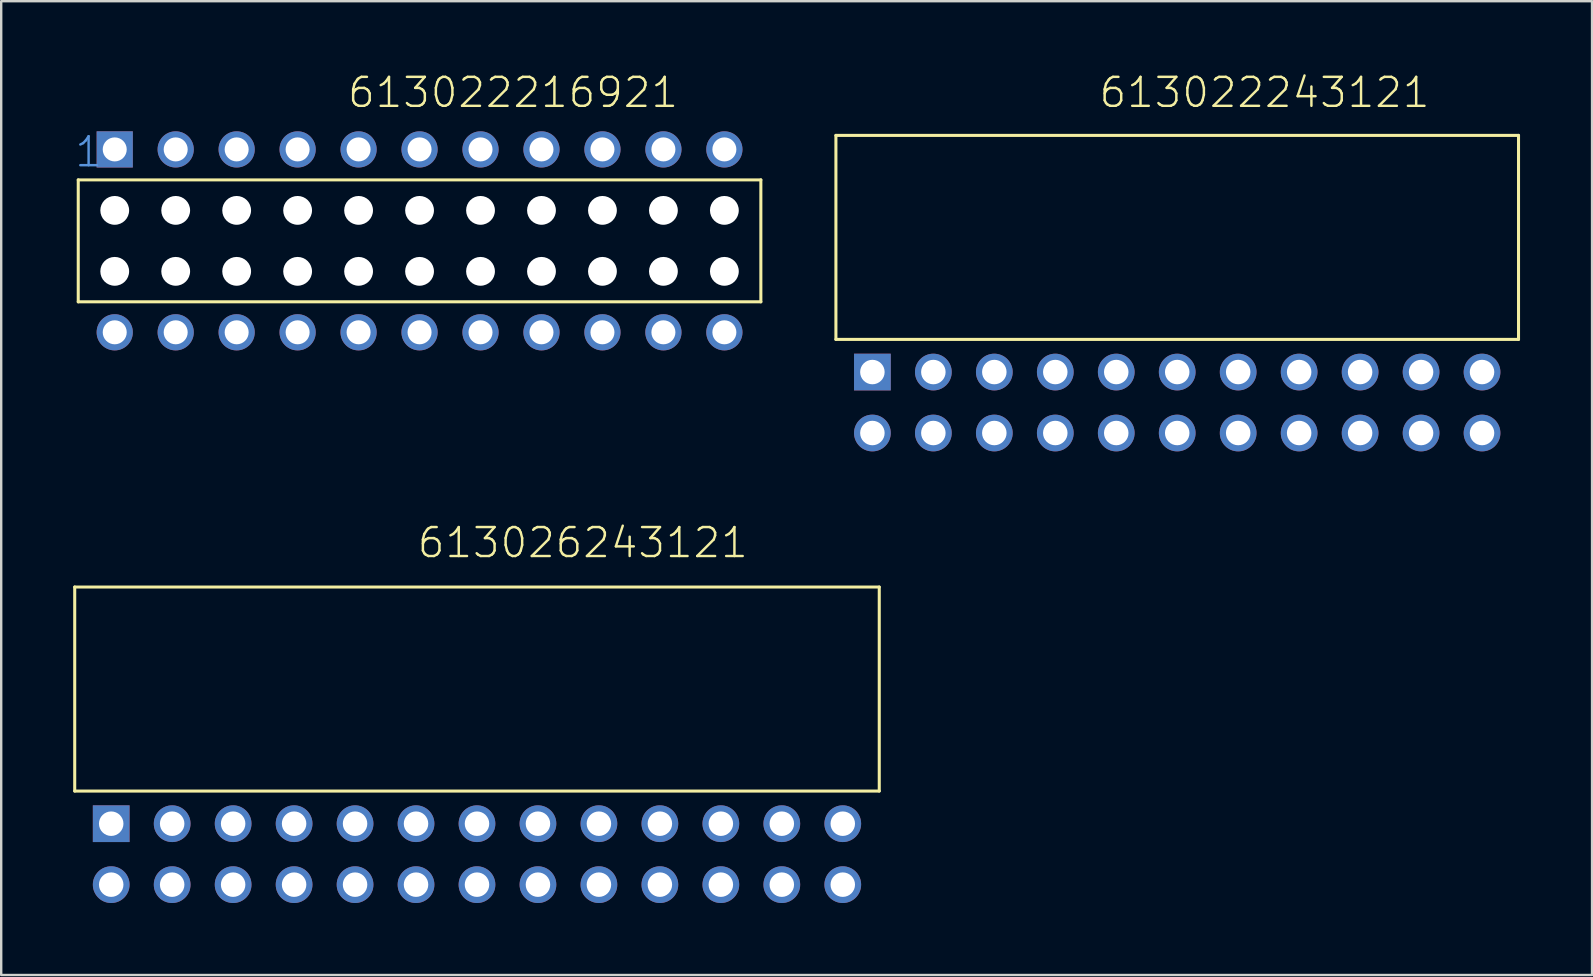
<source format=kicad_pcb>
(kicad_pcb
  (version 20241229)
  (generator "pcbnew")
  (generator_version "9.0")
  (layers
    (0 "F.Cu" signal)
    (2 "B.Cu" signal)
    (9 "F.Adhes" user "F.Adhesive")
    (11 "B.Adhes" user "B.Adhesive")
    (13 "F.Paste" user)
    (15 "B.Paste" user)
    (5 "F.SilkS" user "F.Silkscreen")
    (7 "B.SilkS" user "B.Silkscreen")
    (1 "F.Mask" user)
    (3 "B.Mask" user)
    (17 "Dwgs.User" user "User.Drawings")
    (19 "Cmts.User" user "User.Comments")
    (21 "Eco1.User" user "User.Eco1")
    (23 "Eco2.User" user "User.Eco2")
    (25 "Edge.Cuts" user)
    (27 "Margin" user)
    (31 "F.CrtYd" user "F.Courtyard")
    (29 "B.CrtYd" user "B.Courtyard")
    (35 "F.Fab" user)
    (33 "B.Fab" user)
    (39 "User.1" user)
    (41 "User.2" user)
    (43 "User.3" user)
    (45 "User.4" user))
  (footprint "613022216921"
    (layer "F.Cu")
    (at 14.43 6.985)
    (property "Reference" "613022216921" (at -3.063 -5.474 0) (layer "F.SilkS") (effects (font (size 1.206 1.206) (thickness 0.102)) (justify left bottom)))
    (attr through_hole)
    (fp_line (start -14.22 -2.54) (end -14.22 2.54) (stroke (width 0.127) (type solid)) (layer "F.SilkS"))
    (fp_line (start -14.22 2.54) (end 14.22 2.54) (stroke (width 0.127) (type solid)) (layer "F.SilkS"))
    (fp_line (start 14.22 -2.54) (end -14.22 -2.54) (stroke (width 0.127) (type solid)) (layer "F.SilkS"))
    (fp_line (start 14.22 2.54) (end 14.22 -2.54) (stroke (width 0.127) (type solid)) (layer "F.SilkS"))
    (fp_text user "1" (at -14.43 -3 0) (layer "Cmts.User") (effects (font (size 1.206 1.206) (thickness 0.102)) (justify left bottom)))
    (pad "" np_thru_hole circle (at -12.7 -1.27) (size 1.2 1.2) (drill 1.2) (layers "*.Cu"))
    (pad "" np_thru_hole circle (at -12.7 1.27) (size 1.2 1.2) (drill 1.2) (layers "*.Cu"))
    (pad "" np_thru_hole circle (at -10.16 -1.27) (size 1.2 1.2) (drill 1.2) (layers "*.Cu"))
    (pad "" np_thru_hole circle (at -10.16 1.27) (size 1.2 1.2) (drill 1.2) (layers "*.Cu"))
    (pad "" np_thru_hole circle (at -7.62 -1.27) (size 1.2 1.2) (drill 1.2) (layers "*.Cu"))
    (pad "" np_thru_hole circle (at -7.62 1.27) (size 1.2 1.2) (drill 1.2) (layers "*.Cu"))
    (pad "" np_thru_hole circle (at -5.08 -1.27) (size 1.2 1.2) (drill 1.2) (layers "*.Cu"))
    (pad "" np_thru_hole circle (at -5.08 1.27) (size 1.2 1.2) (drill 1.2) (layers "*.Cu"))
    (pad "" np_thru_hole circle (at -2.54 -1.27) (size 1.2 1.2) (drill 1.2) (layers "*.Cu"))
    (pad "" np_thru_hole circle (at -2.54 1.27) (size 1.2 1.2) (drill 1.2) (layers "*.Cu"))
    (pad "" np_thru_hole circle (at 0 -1.27) (size 1.2 1.2) (drill 1.2) (layers "*.Cu"))
    (pad "" np_thru_hole circle (at 0 1.27) (size 1.2 1.2) (drill 1.2) (layers "*.Cu"))
    (pad "" np_thru_hole circle (at 2.54 -1.27) (size 1.2 1.2) (drill 1.2) (layers "*.Cu"))
    (pad "" np_thru_hole circle (at 2.54 1.27) (size 1.2 1.2) (drill 1.2) (layers "*.Cu"))
    (pad "" np_thru_hole circle (at 5.08 -1.27) (size 1.2 1.2) (drill 1.2) (layers "*.Cu"))
    (pad "" np_thru_hole circle (at 5.08 1.27) (size 1.2 1.2) (drill 1.2) (layers "*.Cu"))
    (pad "" np_thru_hole circle (at 7.62 -1.27) (size 1.2 1.2) (drill 1.2) (layers "*.Cu"))
    (pad "" np_thru_hole circle (at 7.62 1.27) (size 1.2 1.2) (drill 1.2) (layers "*.Cu"))
    (pad "" np_thru_hole circle (at 10.16 -1.27) (size 1.2 1.2) (drill 1.2) (layers "*.Cu"))
    (pad "" np_thru_hole circle (at 10.16 1.27) (size 1.2 1.2) (drill 1.2) (layers "*.Cu"))
    (pad "" np_thru_hole circle (at 12.7 -1.27) (size 1.2 1.2) (drill 1.2) (layers "*.Cu"))
    (pad "" np_thru_hole circle (at 12.7 1.27) (size 1.2 1.2) (drill 1.2) (layers "*.Cu"))
    (pad "1" thru_hole rect (at -12.7 -3.81) (size 1.508 1.508) (drill 1) (layers "*.Cu" "*.Mask"))
    (pad "2" thru_hole circle (at -10.16 -3.81) (size 1.508 1.508) (drill 1) (layers "*.Cu" "*.Mask"))
    (pad "3" thru_hole circle (at -7.62 -3.81) (size 1.508 1.508) (drill 1) (layers "*.Cu" "*.Mask"))
    (pad "4" thru_hole circle (at -5.08 -3.81) (size 1.508 1.508) (drill 1) (layers "*.Cu" "*.Mask"))
    (pad "5" thru_hole circle (at -2.54 -3.81) (size 1.508 1.508) (drill 1) (layers "*.Cu" "*.Mask"))
    (pad "6" thru_hole circle (at 0 -3.81) (size 1.508 1.508) (drill 1) (layers "*.Cu" "*.Mask"))
    (pad "7" thru_hole circle (at 2.54 -3.81) (size 1.508 1.508) (drill 1) (layers "*.Cu" "*.Mask"))
    (pad "8" thru_hole circle (at 5.08 -3.81) (size 1.508 1.508) (drill 1) (layers "*.Cu" "*.Mask"))
    (pad "9" thru_hole circle (at 7.62 -3.81) (size 1.508 1.508) (drill 1) (layers "*.Cu" "*.Mask"))
    (pad "10" thru_hole circle (at 10.16 -3.81) (size 1.508 1.508) (drill 1) (layers "*.Cu" "*.Mask"))
    (pad "11" thru_hole circle (at 12.7 -3.81) (size 1.508 1.508) (drill 1) (layers "*.Cu" "*.Mask"))
    (pad "12" thru_hole circle (at 12.7 3.81) (size 1.508 1.508) (drill 1) (layers "*.Cu" "*.Mask"))
    (pad "13" thru_hole circle (at 10.16 3.81) (size 1.508 1.508) (drill 1) (layers "*.Cu" "*.Mask"))
    (pad "14" thru_hole circle (at 7.62 3.81) (size 1.508 1.508) (drill 1) (layers "*.Cu" "*.Mask"))
    (pad "15" thru_hole circle (at 5.08 3.81) (size 1.508 1.508) (drill 1) (layers "*.Cu" "*.Mask"))
    (pad "16" thru_hole circle (at 2.54 3.81) (size 1.508 1.508) (drill 1) (layers "*.Cu" "*.Mask"))
    (pad "17" thru_hole circle (at 0 3.81) (size 1.508 1.508) (drill 1) (layers "*.Cu" "*.Mask"))
    (pad "18" thru_hole circle (at -2.54 3.81) (size 1.508 1.508) (drill 1) (layers "*.Cu" "*.Mask"))
    (pad "19" thru_hole circle (at -5.08 3.81) (size 1.508 1.508) (drill 1) (layers "*.Cu" "*.Mask"))
    (pad "20" thru_hole circle (at -7.62 3.81) (size 1.508 1.508) (drill 1) (layers "*.Cu" "*.Mask"))
    (pad "21" thru_hole circle (at -10.16 3.81) (size 1.508 1.508) (drill 1) (layers "*.Cu" "*.Mask"))
    (pad "22" thru_hole circle (at -12.7 3.81) (size 1.508 1.508) (drill 1) (layers "*.Cu" "*.Mask")))
  (footprint "613026243121"
    (layer "F.Cu")
    (at 16.823 31.268)
    (property "Reference" "613026243121" (at -2.55 -11 0) (layer "F.SilkS") (effects (font (size 1.206 1.206) (thickness 0.102)) (justify left bottom)))
    (attr through_hole)
    (fp_line (start -16.76 -9.86) (end -16.76 -1.36) (stroke (width 0.127) (type solid)) (layer "F.SilkS"))
    (fp_line (start -16.76 -9.86) (end 16.76 -9.86) (stroke (width 0.127) (type solid)) (layer "F.SilkS"))
    (fp_line (start -16.76 -1.36) (end 16.76 -1.36) (stroke (width 0.127) (type solid)) (layer "F.SilkS"))
    (fp_line (start 16.76 -1.36) (end 16.76 -9.86) (stroke (width 0.127) (type solid)) (layer "F.SilkS"))
    (pad "1" thru_hole rect (at -15.24 0) (size 1.53 1.53) (drill 1.02) (layers "*.Cu" "*.Mask"))
    (pad "2" thru_hole circle (at -12.7 0) (size 1.53 1.53) (drill 1.02) (layers "*.Cu" "*.Mask"))
    (pad "3" thru_hole circle (at -10.16 0) (size 1.53 1.53) (drill 1.02) (layers "*.Cu" "*.Mask"))
    (pad "4" thru_hole circle (at -7.62 0) (size 1.53 1.53) (drill 1.02) (layers "*.Cu" "*.Mask"))
    (pad "5" thru_hole circle (at -5.08 0) (size 1.53 1.53) (drill 1.02) (layers "*.Cu" "*.Mask"))
    (pad "6" thru_hole circle (at -2.54 0) (size 1.53 1.53) (drill 1.02) (layers "*.Cu" "*.Mask"))
    (pad "7" thru_hole circle (at 0 0) (size 1.53 1.53) (drill 1.02) (layers "*.Cu" "*.Mask"))
    (pad "8" thru_hole circle (at 2.54 0) (size 1.53 1.53) (drill 1.02) (layers "*.Cu" "*.Mask"))
    (pad "9" thru_hole circle (at 5.08 0) (size 1.53 1.53) (drill 1.02) (layers "*.Cu" "*.Mask"))
    (pad "10" thru_hole circle (at 7.62 0) (size 1.53 1.53) (drill 1.02) (layers "*.Cu" "*.Mask"))
    (pad "11" thru_hole circle (at 10.16 0) (size 1.53 1.53) (drill 1.02) (layers "*.Cu" "*.Mask"))
    (pad "12" thru_hole circle (at 12.7 0) (size 1.53 1.53) (drill 1.02) (layers "*.Cu" "*.Mask"))
    (pad "13" thru_hole circle (at 15.24 0) (size 1.53 1.53) (drill 1.02) (layers "*.Cu" "*.Mask"))
    (pad "14" thru_hole circle (at 15.24 2.54) (size 1.53 1.53) (drill 1.02) (layers "*.Cu" "*.Mask"))
    (pad "15" thru_hole circle (at 12.7 2.54) (size 1.53 1.53) (drill 1.02) (layers "*.Cu" "*.Mask"))
    (pad "16" thru_hole circle (at 10.16 2.54) (size 1.53 1.53) (drill 1.02) (layers "*.Cu" "*.Mask"))
    (pad "17" thru_hole circle (at 7.62 2.54) (size 1.53 1.53) (drill 1.02) (layers "*.Cu" "*.Mask"))
    (pad "18" thru_hole circle (at 5.08 2.54) (size 1.53 1.53) (drill 1.02) (layers "*.Cu" "*.Mask"))
    (pad "19" thru_hole circle (at 2.54 2.54) (size 1.53 1.53) (drill 1.02) (layers "*.Cu" "*.Mask"))
    (pad "20" thru_hole circle (at 0 2.54) (size 1.53 1.53) (drill 1.02) (layers "*.Cu" "*.Mask"))
    (pad "21" thru_hole circle (at -2.54 2.54) (size 1.53 1.53) (drill 1.02) (layers "*.Cu" "*.Mask"))
    (pad "22" thru_hole circle (at -5.08 2.54) (size 1.53 1.53) (drill 1.02) (layers "*.Cu" "*.Mask"))
    (pad "23" thru_hole circle (at -7.62 2.54) (size 1.53 1.53) (drill 1.02) (layers "*.Cu" "*.Mask"))
    (pad "24" thru_hole circle (at -10.16 2.54) (size 1.53 1.53) (drill 1.02) (layers "*.Cu" "*.Mask"))
    (pad "25" thru_hole circle (at -12.7 2.54) (size 1.53 1.53) (drill 1.02) (layers "*.Cu" "*.Mask"))
    (pad "26" thru_hole circle (at -15.24 2.54) (size 1.53 1.53) (drill 1.02) (layers "*.Cu" "*.Mask")))
  (footprint "613022243121"
    (layer "F.Cu")
    (at 45.997 12.451)
    (property "Reference" "613022243121" (at -3.32 -10.94 0) (layer "F.SilkS") (effects (font (size 1.206 1.206) (thickness 0.102)) (justify left bottom)))
    (attr through_hole)
    (fp_line (start -14.22 -9.86) (end -14.22 -1.36) (stroke (width 0.127) (type solid)) (layer "F.SilkS"))
    (fp_line (start -14.22 -9.86) (end 14.22 -9.86) (stroke (width 0.127) (type solid)) (layer "F.SilkS"))
    (fp_line (start -14.22 -1.36) (end 14.22 -1.36) (stroke (width 0.127) (type solid)) (layer "F.SilkS"))
    (fp_line (start 14.22 -1.36) (end 14.22 -9.86) (stroke (width 0.127) (type solid)) (layer "F.SilkS"))
    (pad "1" thru_hole rect (at -12.7 0) (size 1.53 1.53) (drill 1.02) (layers "*.Cu" "*.Mask"))
    (pad "2" thru_hole circle (at -10.16 0) (size 1.53 1.53) (drill 1.02) (layers "*.Cu" "*.Mask"))
    (pad "3" thru_hole circle (at -7.62 0) (size 1.53 1.53) (drill 1.02) (layers "*.Cu" "*.Mask"))
    (pad "4" thru_hole circle (at -5.08 0) (size 1.53 1.53) (drill 1.02) (layers "*.Cu" "*.Mask"))
    (pad "5" thru_hole circle (at -2.54 0) (size 1.53 1.53) (drill 1.02) (layers "*.Cu" "*.Mask"))
    (pad "6" thru_hole circle (at 0 0) (size 1.53 1.53) (drill 1.02) (layers "*.Cu" "*.Mask"))
    (pad "7" thru_hole circle (at 2.54 0) (size 1.53 1.53) (drill 1.02) (layers "*.Cu" "*.Mask"))
    (pad "8" thru_hole circle (at 5.08 0) (size 1.53 1.53) (drill 1.02) (layers "*.Cu" "*.Mask"))
    (pad "9" thru_hole circle (at 7.62 0) (size 1.53 1.53) (drill 1.02) (layers "*.Cu" "*.Mask"))
    (pad "10" thru_hole circle (at 10.16 0) (size 1.53 1.53) (drill 1.02) (layers "*.Cu" "*.Mask"))
    (pad "11" thru_hole circle (at 12.7 0) (size 1.53 1.53) (drill 1.02) (layers "*.Cu" "*.Mask"))
    (pad "12" thru_hole circle (at 12.7 2.54) (size 1.53 1.53) (drill 1.02) (layers "*.Cu" "*.Mask"))
    (pad "13" thru_hole circle (at 10.16 2.54) (size 1.53 1.53) (drill 1.02) (layers "*.Cu" "*.Mask"))
    (pad "14" thru_hole circle (at 7.62 2.54) (size 1.53 1.53) (drill 1.02) (layers "*.Cu" "*.Mask"))
    (pad "15" thru_hole circle (at 5.08 2.54) (size 1.53 1.53) (drill 1.02) (layers "*.Cu" "*.Mask"))
    (pad "16" thru_hole circle (at 2.54 2.54) (size 1.53 1.53) (drill 1.02) (layers "*.Cu" "*.Mask"))
    (pad "17" thru_hole circle (at 0 2.54) (size 1.53 1.53) (drill 1.02) (layers "*.Cu" "*.Mask"))
    (pad "18" thru_hole circle (at -2.54 2.54) (size 1.53 1.53) (drill 1.02) (layers "*.Cu" "*.Mask"))
    (pad "19" thru_hole circle (at -5.08 2.54) (size 1.53 1.53) (drill 1.02) (layers "*.Cu" "*.Mask"))
    (pad "20" thru_hole circle (at -7.62 2.54) (size 1.53 1.53) (drill 1.02) (layers "*.Cu" "*.Mask"))
    (pad "21" thru_hole circle (at -10.16 2.54) (size 1.53 1.53) (drill 1.02) (layers "*.Cu" "*.Mask"))
    (pad "22" thru_hole circle (at -12.7 2.54) (size 1.53 1.53) (drill 1.02) (layers "*.Cu" "*.Mask")))
  (gr_rect
    (start -3 -3)
    (end 63.281 37.573)
    (stroke (width 0.1) (type default))
    (fill no)
    (layer "Edge.Cuts")))
</source>
